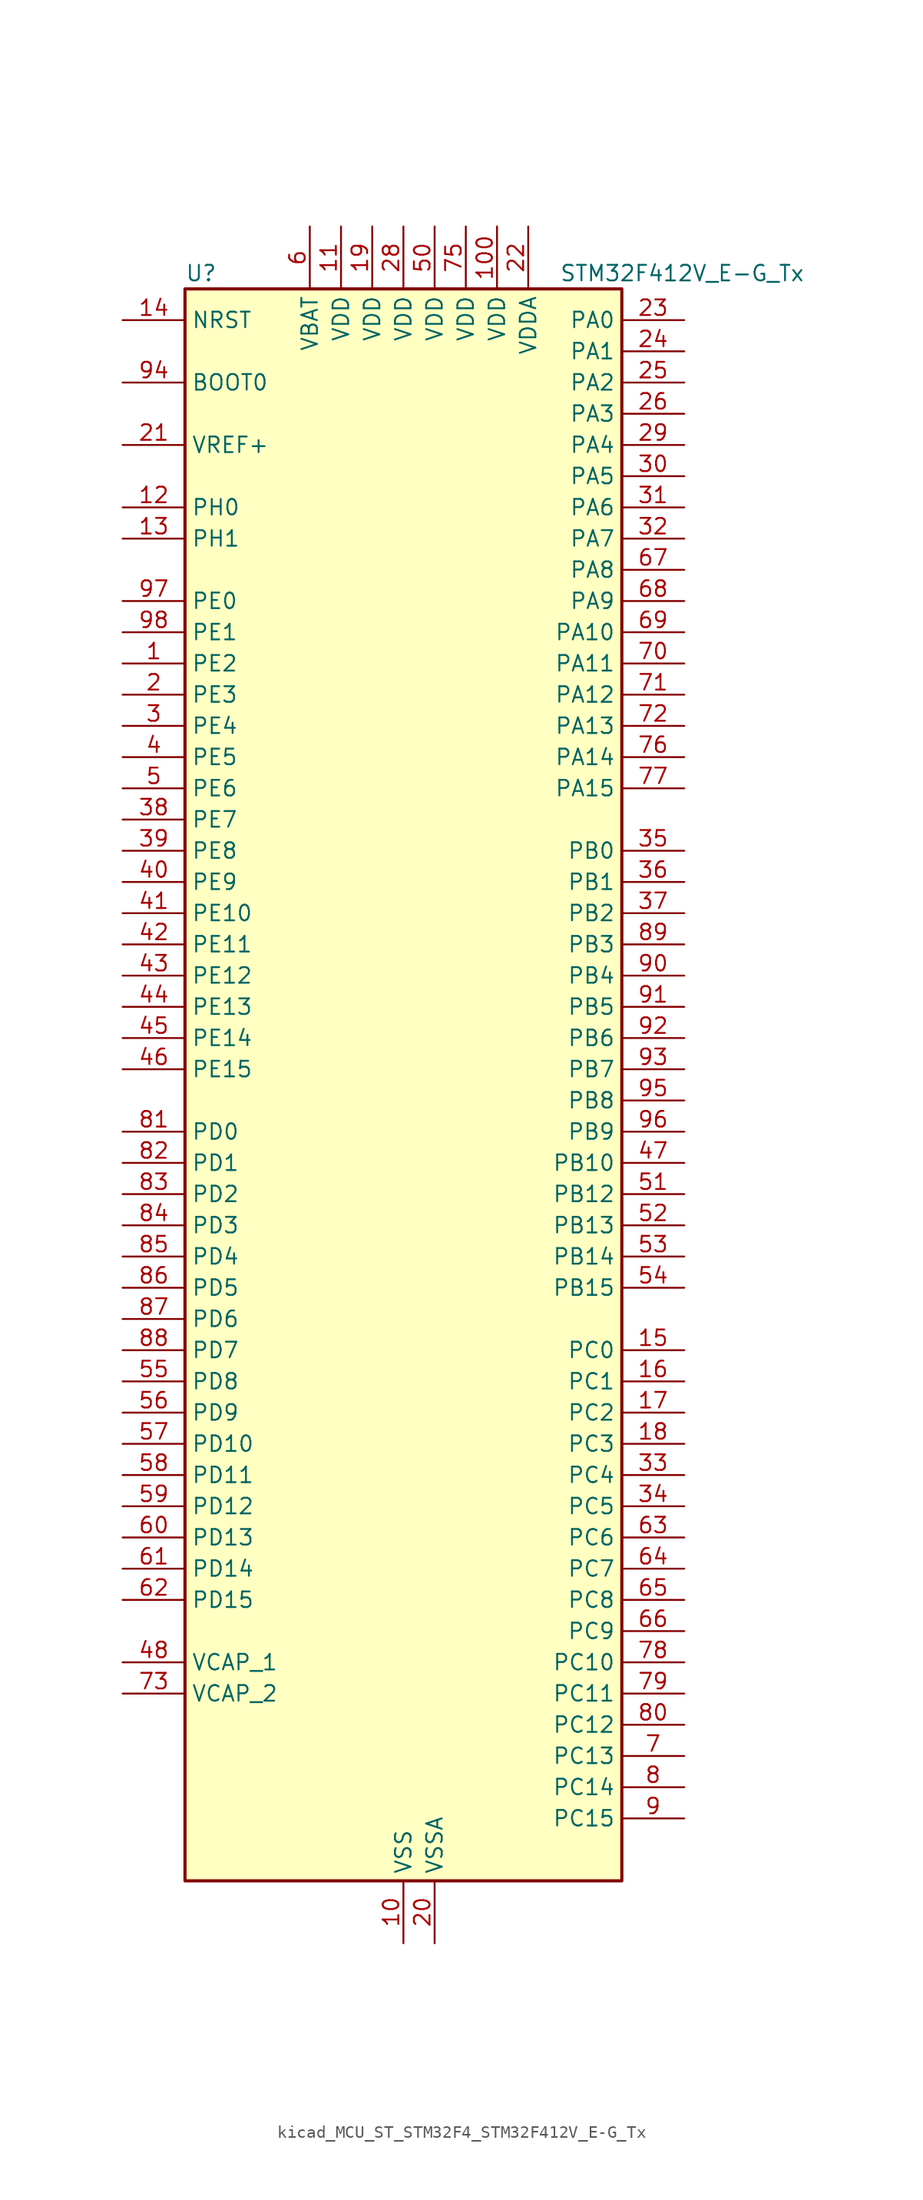
<source format=kicad_sym>
(kicad_symbol_lib
  (version 20220914)
  (generator kicad_symbol_editor)
  (symbol "kicad_MCU_ST_STM32F4_STM32F412V_E-G_Tx"
    (property "Reference" "U"
      (at -17.78 67.31 0)
      (effects (font (size 1.27 1.27)) (justify left)))
    (property "Value" "STM32F412V_E-G_Tx"
      (at 12.7 67.31 0)
      (effects (font (size 1.27 1.27)) (justify left)))
    (property "ki_locked" ""
      (at 0 0 0)
      (effects (font (size 1.27 1.27))))
    (symbol "kicad_MCU_ST_STM32F4_STM32F412V_E-G_Tx_0_1"
      (rectangle (start -17.78 -63.5) (end 17.78 66.04) (stroke (width 0.254) (type default)) (fill (type background))))
    (symbol "kicad_MCU_ST_STM32F4_STM32F412V_E-G_Tx_1_1"
      (pin bidirectional line (at -22.86 35.56 0) (length 5.08) (name "PE2" (effects (font (size 1.27 1.27)))) (number "1" (effects (font (size 1.27 1.27)))) (alternate "FSMC_A23" bidirectional line) (alternate "I2S4_CK" bidirectional line) (alternate "I2S5_CK" bidirectional line) (alternate "QUADSPI_BK1_IO2" bidirectional line) (alternate "SPI4_SCK" bidirectional line) (alternate "SPI5_SCK" bidirectional line) (alternate "SYS_TRACECLK" bidirectional line))
      (pin power_in line (at 0 -68.58 90) (length 5.08) (name "VSS" (effects (font (size 1.27 1.27)))) (number "10" (effects (font (size 1.27 1.27)))))
      (pin power_in line (at 7.62 71.12 270) (length 5.08) (name "VDD" (effects (font (size 1.27 1.27)))) (number "100" (effects (font (size 1.27 1.27)))))
      (pin power_in line (at -5.08 71.12 270) (length 5.08) (name "VDD" (effects (font (size 1.27 1.27)))) (number "11" (effects (font (size 1.27 1.27)))))
      (pin bidirectional line (at -22.86 48.26 0) (length 5.08) (name "PH0" (effects (font (size 1.27 1.27)))) (number "12" (effects (font (size 1.27 1.27)))) (alternate "RCC_OSC_IN" bidirectional line))
      (pin bidirectional line (at -22.86 45.72 0) (length 5.08) (name "PH1" (effects (font (size 1.27 1.27)))) (number "13" (effects (font (size 1.27 1.27)))) (alternate "RCC_OSC_OUT" bidirectional line))
      (pin input line (at -22.86 63.5 0) (length 5.08) (name "NRST" (effects (font (size 1.27 1.27)))) (number "14" (effects (font (size 1.27 1.27)))))
      (pin bidirectional line (at 22.86 -20.32 180) (length 5.08) (name "PC0" (effects (font (size 1.27 1.27)))) (number "15" (effects (font (size 1.27 1.27)))) (alternate "ADC1_IN10" bidirectional line) (alternate "SYS_WKUP2" bidirectional line))
      (pin bidirectional line (at 22.86 -22.86 180) (length 5.08) (name "PC1" (effects (font (size 1.27 1.27)))) (number "16" (effects (font (size 1.27 1.27)))) (alternate "ADC1_IN11" bidirectional line) (alternate "SYS_WKUP3" bidirectional line))
      (pin bidirectional line (at 22.86 -25.4 180) (length 5.08) (name "PC2" (effects (font (size 1.27 1.27)))) (number "17" (effects (font (size 1.27 1.27)))) (alternate "ADC1_IN12" bidirectional line) (alternate "DFSDM1_CKOUT" bidirectional line) (alternate "FSMC_NWE" bidirectional line) (alternate "I2S2_ext_SD" bidirectional line) (alternate "SPI2_MISO" bidirectional line))
      (pin bidirectional line (at 22.86 -27.94 180) (length 5.08) (name "PC3" (effects (font (size 1.27 1.27)))) (number "18" (effects (font (size 1.27 1.27)))) (alternate "ADC1_IN13" bidirectional line) (alternate "FSMC_A0" bidirectional line) (alternate "I2S2_SD" bidirectional line) (alternate "SPI2_MOSI" bidirectional line))
      (pin power_in line (at -2.54 71.12 270) (length 5.08) (name "VDD" (effects (font (size 1.27 1.27)))) (number "19" (effects (font (size 1.27 1.27)))))
      (pin bidirectional line (at -22.86 33.02 0) (length 5.08) (name "PE3" (effects (font (size 1.27 1.27)))) (number "2" (effects (font (size 1.27 1.27)))) (alternate "FSMC_A19" bidirectional line) (alternate "SYS_TRACED0" bidirectional line))
      (pin power_in line (at 2.54 -68.58 90) (length 5.08) (name "VSSA" (effects (font (size 1.27 1.27)))) (number "20" (effects (font (size 1.27 1.27)))))
      (pin input line (at -22.86 53.34 0) (length 5.08) (name "VREF+" (effects (font (size 1.27 1.27)))) (number "21" (effects (font (size 1.27 1.27)))))
      (pin power_in line (at 10.16 71.12 270) (length 5.08) (name "VDDA" (effects (font (size 1.27 1.27)))) (number "22" (effects (font (size 1.27 1.27)))))
      (pin bidirectional line (at 22.86 63.5 180) (length 5.08) (name "PA0" (effects (font (size 1.27 1.27)))) (number "23" (effects (font (size 1.27 1.27)))) (alternate "ADC1_IN0" bidirectional line) (alternate "SYS_WKUP1" bidirectional line) (alternate "TIM2_CH1" bidirectional line) (alternate "TIM2_ETR" bidirectional line) (alternate "TIM5_CH1" bidirectional line) (alternate "TIM8_ETR" bidirectional line) (alternate "USART2_CTS" bidirectional line))
      (pin bidirectional line (at 22.86 60.96 180) (length 5.08) (name "PA1" (effects (font (size 1.27 1.27)))) (number "24" (effects (font (size 1.27 1.27)))) (alternate "ADC1_IN1" bidirectional line) (alternate "I2S4_SD" bidirectional line) (alternate "QUADSPI_BK1_IO3" bidirectional line) (alternate "SPI4_MOSI" bidirectional line) (alternate "TIM2_CH2" bidirectional line) (alternate "TIM5_CH2" bidirectional line) (alternate "USART2_RTS" bidirectional line))
      (pin bidirectional line (at 22.86 58.42 180) (length 5.08) (name "PA2" (effects (font (size 1.27 1.27)))) (number "25" (effects (font (size 1.27 1.27)))) (alternate "ADC1_IN2" bidirectional line) (alternate "FSMC_D4" bidirectional line) (alternate "FSMC_DA4" bidirectional line) (alternate "I2S_CKIN" bidirectional line) (alternate "TIM2_CH3" bidirectional line) (alternate "TIM5_CH3" bidirectional line) (alternate "TIM9_CH1" bidirectional line) (alternate "USART2_TX" bidirectional line))
      (pin bidirectional line (at 22.86 55.88 180) (length 5.08) (name "PA3" (effects (font (size 1.27 1.27)))) (number "26" (effects (font (size 1.27 1.27)))) (alternate "ADC1_IN3" bidirectional line) (alternate "FSMC_D5" bidirectional line) (alternate "FSMC_DA5" bidirectional line) (alternate "I2S2_MCK" bidirectional line) (alternate "TIM2_CH4" bidirectional line) (alternate "TIM5_CH4" bidirectional line) (alternate "TIM9_CH2" bidirectional line) (alternate "USART2_RX" bidirectional line))
      (pin passive line (at 0 -68.58 90) (length 5.08) hide (name "VSS" (effects (font (size 1.27 1.27)))) (number "27" (effects (font (size 1.27 1.27)))))
      (pin power_in line (at 0 71.12 270) (length 5.08) (name "VDD" (effects (font (size 1.27 1.27)))) (number "28" (effects (font (size 1.27 1.27)))))
      (pin bidirectional line (at 22.86 53.34 180) (length 5.08) (name "PA4" (effects (font (size 1.27 1.27)))) (number "29" (effects (font (size 1.27 1.27)))) (alternate "ADC1_IN4" bidirectional line) (alternate "DFSDM1_DATIN1" bidirectional line) (alternate "FSMC_D6" bidirectional line) (alternate "FSMC_DA6" bidirectional line) (alternate "I2S1_WS" bidirectional line) (alternate "I2S3_WS" bidirectional line) (alternate "SPI1_NSS" bidirectional line) (alternate "SPI3_NSS" bidirectional line) (alternate "USART2_CK" bidirectional line))
      (pin bidirectional line (at -22.86 30.48 0) (length 5.08) (name "PE4" (effects (font (size 1.27 1.27)))) (number "3" (effects (font (size 1.27 1.27)))) (alternate "DFSDM1_DATIN3" bidirectional line) (alternate "FSMC_A20" bidirectional line) (alternate "I2S4_WS" bidirectional line) (alternate "I2S5_WS" bidirectional line) (alternate "SPI4_NSS" bidirectional line) (alternate "SPI5_NSS" bidirectional line) (alternate "SYS_TRACED1" bidirectional line))
      (pin bidirectional line (at 22.86 50.8 180) (length 5.08) (name "PA5" (effects (font (size 1.27 1.27)))) (number "30" (effects (font (size 1.27 1.27)))) (alternate "ADC1_IN5" bidirectional line) (alternate "DFSDM1_CKIN1" bidirectional line) (alternate "FSMC_D7" bidirectional line) (alternate "FSMC_DA7" bidirectional line) (alternate "I2S1_CK" bidirectional line) (alternate "SPI1_SCK" bidirectional line) (alternate "TIM2_CH1" bidirectional line) (alternate "TIM2_ETR" bidirectional line) (alternate "TIM8_CH1N" bidirectional line))
      (pin bidirectional line (at 22.86 48.26 180) (length 5.08) (name "PA6" (effects (font (size 1.27 1.27)))) (number "31" (effects (font (size 1.27 1.27)))) (alternate "ADC1_IN6" bidirectional line) (alternate "I2S2_MCK" bidirectional line) (alternate "QUADSPI_BK2_IO0" bidirectional line) (alternate "SDIO_CMD" bidirectional line) (alternate "SPI1_MISO" bidirectional line) (alternate "TIM13_CH1" bidirectional line) (alternate "TIM1_BKIN" bidirectional line) (alternate "TIM3_CH1" bidirectional line) (alternate "TIM8_BKIN" bidirectional line))
      (pin bidirectional line (at 22.86 45.72 180) (length 5.08) (name "PA7" (effects (font (size 1.27 1.27)))) (number "32" (effects (font (size 1.27 1.27)))) (alternate "ADC1_IN7" bidirectional line) (alternate "I2S1_SD" bidirectional line) (alternate "QUADSPI_BK2_IO1" bidirectional line) (alternate "SPI1_MOSI" bidirectional line) (alternate "TIM14_CH1" bidirectional line) (alternate "TIM1_CH1N" bidirectional line) (alternate "TIM3_CH2" bidirectional line) (alternate "TIM8_CH1N" bidirectional line))
      (pin bidirectional line (at 22.86 -30.48 180) (length 5.08) (name "PC4" (effects (font (size 1.27 1.27)))) (number "33" (effects (font (size 1.27 1.27)))) (alternate "ADC1_IN14" bidirectional line) (alternate "FSMC_NE4" bidirectional line) (alternate "I2S1_MCK" bidirectional line) (alternate "QUADSPI_BK2_IO2" bidirectional line))
      (pin bidirectional line (at 22.86 -33.02 180) (length 5.08) (name "PC5" (effects (font (size 1.27 1.27)))) (number "34" (effects (font (size 1.27 1.27)))) (alternate "ADC1_IN15" bidirectional line) (alternate "FMPI2C1_SMBA" bidirectional line) (alternate "FSMC_NOE" bidirectional line) (alternate "QUADSPI_BK2_IO3" bidirectional line) (alternate "USART3_RX" bidirectional line))
      (pin bidirectional line (at 22.86 20.32 180) (length 5.08) (name "PB0" (effects (font (size 1.27 1.27)))) (number "35" (effects (font (size 1.27 1.27)))) (alternate "ADC1_IN8" bidirectional line) (alternate "I2S5_CK" bidirectional line) (alternate "SPI5_SCK" bidirectional line) (alternate "TIM1_CH2N" bidirectional line) (alternate "TIM3_CH3" bidirectional line) (alternate "TIM8_CH2N" bidirectional line))
      (pin bidirectional line (at 22.86 17.78 180) (length 5.08) (name "PB1" (effects (font (size 1.27 1.27)))) (number "36" (effects (font (size 1.27 1.27)))) (alternate "ADC1_IN9" bidirectional line) (alternate "DFSDM1_DATIN0" bidirectional line) (alternate "I2S5_WS" bidirectional line) (alternate "QUADSPI_CLK" bidirectional line) (alternate "SPI5_NSS" bidirectional line) (alternate "TIM1_CH3N" bidirectional line) (alternate "TIM3_CH4" bidirectional line) (alternate "TIM8_CH3N" bidirectional line))
      (pin bidirectional line (at 22.86 15.24 180) (length 5.08) (name "PB2" (effects (font (size 1.27 1.27)))) (number "37" (effects (font (size 1.27 1.27)))) (alternate "DFSDM1_CKIN0" bidirectional line) (alternate "QUADSPI_CLK" bidirectional line))
      (pin bidirectional line (at -22.86 22.86 0) (length 5.08) (name "PE7" (effects (font (size 1.27 1.27)))) (number "38" (effects (font (size 1.27 1.27)))) (alternate "DFSDM1_DATIN2" bidirectional line) (alternate "FSMC_D4" bidirectional line) (alternate "FSMC_DA4" bidirectional line) (alternate "QUADSPI_BK2_IO0" bidirectional line) (alternate "TIM1_ETR" bidirectional line))
      (pin bidirectional line (at -22.86 20.32 0) (length 5.08) (name "PE8" (effects (font (size 1.27 1.27)))) (number "39" (effects (font (size 1.27 1.27)))) (alternate "DFSDM1_CKIN2" bidirectional line) (alternate "FSMC_D5" bidirectional line) (alternate "FSMC_DA5" bidirectional line) (alternate "QUADSPI_BK2_IO1" bidirectional line) (alternate "TIM1_CH1N" bidirectional line))
      (pin bidirectional line (at -22.86 27.94 0) (length 5.08) (name "PE5" (effects (font (size 1.27 1.27)))) (number "4" (effects (font (size 1.27 1.27)))) (alternate "DFSDM1_CKIN3" bidirectional line) (alternate "FSMC_A21" bidirectional line) (alternate "SPI4_MISO" bidirectional line) (alternate "SPI5_MISO" bidirectional line) (alternate "SYS_TRACED2" bidirectional line) (alternate "TIM9_CH1" bidirectional line))
      (pin bidirectional line (at -22.86 17.78 0) (length 5.08) (name "PE9" (effects (font (size 1.27 1.27)))) (number "40" (effects (font (size 1.27 1.27)))) (alternate "DFSDM1_CKOUT" bidirectional line) (alternate "FSMC_D6" bidirectional line) (alternate "FSMC_DA6" bidirectional line) (alternate "QUADSPI_BK2_IO2" bidirectional line) (alternate "TIM1_CH1" bidirectional line))
      (pin bidirectional line (at -22.86 15.24 0) (length 5.08) (name "PE10" (effects (font (size 1.27 1.27)))) (number "41" (effects (font (size 1.27 1.27)))) (alternate "FSMC_D7" bidirectional line) (alternate "FSMC_DA7" bidirectional line) (alternate "QUADSPI_BK2_IO3" bidirectional line) (alternate "TIM1_CH2N" bidirectional line))
      (pin bidirectional line (at -22.86 12.7 0) (length 5.08) (name "PE11" (effects (font (size 1.27 1.27)))) (number "42" (effects (font (size 1.27 1.27)))) (alternate "ADC1_EXTI11" bidirectional line) (alternate "FSMC_D8" bidirectional line) (alternate "FSMC_DA8" bidirectional line) (alternate "I2S4_WS" bidirectional line) (alternate "I2S5_WS" bidirectional line) (alternate "SPI4_NSS" bidirectional line) (alternate "SPI5_NSS" bidirectional line) (alternate "TIM1_CH2" bidirectional line))
      (pin bidirectional line (at -22.86 10.16 0) (length 5.08) (name "PE12" (effects (font (size 1.27 1.27)))) (number "43" (effects (font (size 1.27 1.27)))) (alternate "FSMC_D9" bidirectional line) (alternate "FSMC_DA9" bidirectional line) (alternate "I2S4_CK" bidirectional line) (alternate "I2S5_CK" bidirectional line) (alternate "SPI4_SCK" bidirectional line) (alternate "SPI5_SCK" bidirectional line) (alternate "TIM1_CH3N" bidirectional line))
      (pin bidirectional line (at -22.86 7.62 0) (length 5.08) (name "PE13" (effects (font (size 1.27 1.27)))) (number "44" (effects (font (size 1.27 1.27)))) (alternate "FSMC_D10" bidirectional line) (alternate "FSMC_DA10" bidirectional line) (alternate "SPI4_MISO" bidirectional line) (alternate "SPI5_MISO" bidirectional line) (alternate "TIM1_CH3" bidirectional line))
      (pin bidirectional line (at -22.86 5.08 0) (length 5.08) (name "PE14" (effects (font (size 1.27 1.27)))) (number "45" (effects (font (size 1.27 1.27)))) (alternate "FSMC_D11" bidirectional line) (alternate "FSMC_DA11" bidirectional line) (alternate "I2S4_SD" bidirectional line) (alternate "I2S5_SD" bidirectional line) (alternate "SPI4_MOSI" bidirectional line) (alternate "SPI5_MOSI" bidirectional line) (alternate "TIM1_CH4" bidirectional line))
      (pin bidirectional line (at -22.86 2.54 0) (length 5.08) (name "PE15" (effects (font (size 1.27 1.27)))) (number "46" (effects (font (size 1.27 1.27)))) (alternate "ADC1_EXTI15" bidirectional line) (alternate "FSMC_D12" bidirectional line) (alternate "FSMC_DA12" bidirectional line) (alternate "TIM1_BKIN" bidirectional line))
      (pin bidirectional line (at 22.86 -5.08 180) (length 5.08) (name "PB10" (effects (font (size 1.27 1.27)))) (number "47" (effects (font (size 1.27 1.27)))) (alternate "FMPI2C1_SCL" bidirectional line) (alternate "I2C2_SCL" bidirectional line) (alternate "I2S2_CK" bidirectional line) (alternate "I2S3_MCK" bidirectional line) (alternate "SDIO_D7" bidirectional line) (alternate "SPI2_SCK" bidirectional line) (alternate "TIM2_CH3" bidirectional line) (alternate "USART3_TX" bidirectional line))
      (pin power_out line (at -22.86 -45.72 0) (length 5.08) (name "VCAP_1" (effects (font (size 1.27 1.27)))) (number "48" (effects (font (size 1.27 1.27)))))
      (pin passive line (at 0 -68.58 90) (length 5.08) hide (name "VSS" (effects (font (size 1.27 1.27)))) (number "49" (effects (font (size 1.27 1.27)))))
      (pin bidirectional line (at -22.86 25.4 0) (length 5.08) (name "PE6" (effects (font (size 1.27 1.27)))) (number "5" (effects (font (size 1.27 1.27)))) (alternate "FSMC_A22" bidirectional line) (alternate "I2S4_SD" bidirectional line) (alternate "I2S5_SD" bidirectional line) (alternate "SPI4_MOSI" bidirectional line) (alternate "SPI5_MOSI" bidirectional line) (alternate "SYS_TRACED3" bidirectional line) (alternate "TIM9_CH2" bidirectional line))
      (pin power_in line (at 2.54 71.12 270) (length 5.08) (name "VDD" (effects (font (size 1.27 1.27)))) (number "50" (effects (font (size 1.27 1.27)))))
      (pin bidirectional line (at 22.86 -7.62 180) (length 5.08) (name "PB12" (effects (font (size 1.27 1.27)))) (number "51" (effects (font (size 1.27 1.27)))) (alternate "CAN2_RX" bidirectional line) (alternate "DFSDM1_DATIN1" bidirectional line) (alternate "FSMC_D13" bidirectional line) (alternate "FSMC_DA13" bidirectional line) (alternate "I2C2_SMBA" bidirectional line) (alternate "I2S2_WS" bidirectional line) (alternate "I2S3_CK" bidirectional line) (alternate "I2S4_WS" bidirectional line) (alternate "SPI2_NSS" bidirectional line) (alternate "SPI3_SCK" bidirectional line) (alternate "SPI4_NSS" bidirectional line) (alternate "TIM1_BKIN" bidirectional line) (alternate "USART3_CK" bidirectional line))
      (pin bidirectional line (at 22.86 -10.16 180) (length 5.08) (name "PB13" (effects (font (size 1.27 1.27)))) (number "52" (effects (font (size 1.27 1.27)))) (alternate "CAN2_TX" bidirectional line) (alternate "DFSDM1_CKIN1" bidirectional line) (alternate "FMPI2C1_SMBA" bidirectional line) (alternate "I2S2_CK" bidirectional line) (alternate "I2S4_CK" bidirectional line) (alternate "SPI2_SCK" bidirectional line) (alternate "SPI4_SCK" bidirectional line) (alternate "TIM1_CH1N" bidirectional line) (alternate "USART3_CTS" bidirectional line))
      (pin bidirectional line (at 22.86 -12.7 180) (length 5.08) (name "PB14" (effects (font (size 1.27 1.27)))) (number "53" (effects (font (size 1.27 1.27)))) (alternate "DFSDM1_DATIN2" bidirectional line) (alternate "FMPI2C1_SDA" bidirectional line) (alternate "FSMC_D0" bidirectional line) (alternate "FSMC_DA0" bidirectional line) (alternate "I2S2_ext_SD" bidirectional line) (alternate "SDIO_D6" bidirectional line) (alternate "SPI2_MISO" bidirectional line) (alternate "TIM12_CH1" bidirectional line) (alternate "TIM1_CH2N" bidirectional line) (alternate "TIM8_CH2N" bidirectional line) (alternate "USART3_RTS" bidirectional line))
      (pin bidirectional line (at 22.86 -15.24 180) (length 5.08) (name "PB15" (effects (font (size 1.27 1.27)))) (number "54" (effects (font (size 1.27 1.27)))) (alternate "ADC1_EXTI15" bidirectional line) (alternate "DFSDM1_CKIN2" bidirectional line) (alternate "FMPI2C1_SCL" bidirectional line) (alternate "I2S2_SD" bidirectional line) (alternate "RTC_REFIN" bidirectional line) (alternate "SDIO_CK" bidirectional line) (alternate "SPI2_MOSI" bidirectional line) (alternate "TIM12_CH2" bidirectional line) (alternate "TIM1_CH3N" bidirectional line) (alternate "TIM8_CH3N" bidirectional line))
      (pin bidirectional line (at -22.86 -22.86 0) (length 5.08) (name "PD8" (effects (font (size 1.27 1.27)))) (number "55" (effects (font (size 1.27 1.27)))) (alternate "FSMC_D13" bidirectional line) (alternate "FSMC_DA13" bidirectional line) (alternate "USART3_TX" bidirectional line))
      (pin bidirectional line (at -22.86 -25.4 0) (length 5.08) (name "PD9" (effects (font (size 1.27 1.27)))) (number "56" (effects (font (size 1.27 1.27)))) (alternate "FSMC_D14" bidirectional line) (alternate "FSMC_DA14" bidirectional line) (alternate "USART3_RX" bidirectional line))
      (pin bidirectional line (at -22.86 -27.94 0) (length 5.08) (name "PD10" (effects (font (size 1.27 1.27)))) (number "57" (effects (font (size 1.27 1.27)))) (alternate "FSMC_D15" bidirectional line) (alternate "FSMC_DA15" bidirectional line) (alternate "USART3_CK" bidirectional line))
      (pin bidirectional line (at -22.86 -30.48 0) (length 5.08) (name "PD11" (effects (font (size 1.27 1.27)))) (number "58" (effects (font (size 1.27 1.27)))) (alternate "ADC1_EXTI11" bidirectional line) (alternate "FMPI2C1_SMBA" bidirectional line) (alternate "FSMC_A16" bidirectional line) (alternate "QUADSPI_BK1_IO0" bidirectional line) (alternate "USART3_CTS" bidirectional line))
      (pin bidirectional line (at -22.86 -33.02 0) (length 5.08) (name "PD12" (effects (font (size 1.27 1.27)))) (number "59" (effects (font (size 1.27 1.27)))) (alternate "FMPI2C1_SCL" bidirectional line) (alternate "FSMC_A17" bidirectional line) (alternate "QUADSPI_BK1_IO1" bidirectional line) (alternate "TIM4_CH1" bidirectional line) (alternate "USART3_RTS" bidirectional line))
      (pin power_in line (at -7.62 71.12 270) (length 5.08) (name "VBAT" (effects (font (size 1.27 1.27)))) (number "6" (effects (font (size 1.27 1.27)))))
      (pin bidirectional line (at -22.86 -35.56 0) (length 5.08) (name "PD13" (effects (font (size 1.27 1.27)))) (number "60" (effects (font (size 1.27 1.27)))) (alternate "FMPI2C1_SDA" bidirectional line) (alternate "FSMC_A18" bidirectional line) (alternate "QUADSPI_BK1_IO3" bidirectional line) (alternate "TIM4_CH2" bidirectional line))
      (pin bidirectional line (at -22.86 -38.1 0) (length 5.08) (name "PD14" (effects (font (size 1.27 1.27)))) (number "61" (effects (font (size 1.27 1.27)))) (alternate "FMPI2C1_SCL" bidirectional line) (alternate "FSMC_D0" bidirectional line) (alternate "FSMC_DA0" bidirectional line) (alternate "TIM4_CH3" bidirectional line))
      (pin bidirectional line (at -22.86 -40.64 0) (length 5.08) (name "PD15" (effects (font (size 1.27 1.27)))) (number "62" (effects (font (size 1.27 1.27)))) (alternate "ADC1_EXTI15" bidirectional line) (alternate "FMPI2C1_SDA" bidirectional line) (alternate "FSMC_D1" bidirectional line) (alternate "FSMC_DA1" bidirectional line) (alternate "TIM4_CH4" bidirectional line))
      (pin bidirectional line (at 22.86 -35.56 180) (length 5.08) (name "PC6" (effects (font (size 1.27 1.27)))) (number "63" (effects (font (size 1.27 1.27)))) (alternate "DFSDM1_CKIN3" bidirectional line) (alternate "FMPI2C1_SCL" bidirectional line) (alternate "FSMC_D1" bidirectional line) (alternate "FSMC_DA1" bidirectional line) (alternate "I2S2_MCK" bidirectional line) (alternate "SDIO_D6" bidirectional line) (alternate "TIM3_CH1" bidirectional line) (alternate "TIM8_CH1" bidirectional line) (alternate "USART6_TX" bidirectional line))
      (pin bidirectional line (at 22.86 -38.1 180) (length 5.08) (name "PC7" (effects (font (size 1.27 1.27)))) (number "64" (effects (font (size 1.27 1.27)))) (alternate "DFSDM1_DATIN3" bidirectional line) (alternate "FMPI2C1_SDA" bidirectional line) (alternate "I2S2_CK" bidirectional line) (alternate "I2S3_MCK" bidirectional line) (alternate "SDIO_D7" bidirectional line) (alternate "SPI2_SCK" bidirectional line) (alternate "TIM3_CH2" bidirectional line) (alternate "TIM8_CH2" bidirectional line) (alternate "USART6_RX" bidirectional line))
      (pin bidirectional line (at 22.86 -40.64 180) (length 5.08) (name "PC8" (effects (font (size 1.27 1.27)))) (number "65" (effects (font (size 1.27 1.27)))) (alternate "QUADSPI_BK1_IO2" bidirectional line) (alternate "SDIO_D0" bidirectional line) (alternate "TIM3_CH3" bidirectional line) (alternate "TIM8_CH3" bidirectional line) (alternate "USART6_CK" bidirectional line))
      (pin bidirectional line (at 22.86 -43.18 180) (length 5.08) (name "PC9" (effects (font (size 1.27 1.27)))) (number "66" (effects (font (size 1.27 1.27)))) (alternate "I2C3_SDA" bidirectional line) (alternate "I2S_CKIN" bidirectional line) (alternate "QUADSPI_BK1_IO0" bidirectional line) (alternate "RCC_MCO_2" bidirectional line) (alternate "SDIO_D1" bidirectional line) (alternate "TIM3_CH4" bidirectional line) (alternate "TIM8_CH4" bidirectional line))
      (pin bidirectional line (at 22.86 43.18 180) (length 5.08) (name "PA8" (effects (font (size 1.27 1.27)))) (number "67" (effects (font (size 1.27 1.27)))) (alternate "I2C3_SCL" bidirectional line) (alternate "RCC_MCO_1" bidirectional line) (alternate "SDIO_D1" bidirectional line) (alternate "TIM1_CH1" bidirectional line) (alternate "USART1_CK" bidirectional line) (alternate "USB_OTG_FS_SOF" bidirectional line))
      (pin bidirectional line (at 22.86 40.64 180) (length 5.08) (name "PA9" (effects (font (size 1.27 1.27)))) (number "68" (effects (font (size 1.27 1.27)))) (alternate "I2C3_SMBA" bidirectional line) (alternate "SDIO_D2" bidirectional line) (alternate "TIM1_CH2" bidirectional line) (alternate "USART1_TX" bidirectional line) (alternate "USB_OTG_FS_VBUS" bidirectional line))
      (pin bidirectional line (at 22.86 38.1 180) (length 5.08) (name "PA10" (effects (font (size 1.27 1.27)))) (number "69" (effects (font (size 1.27 1.27)))) (alternate "I2S5_SD" bidirectional line) (alternate "SPI5_MOSI" bidirectional line) (alternate "TIM1_CH3" bidirectional line) (alternate "USART1_RX" bidirectional line) (alternate "USB_OTG_FS_ID" bidirectional line))
      (pin bidirectional line (at 22.86 -53.34 180) (length 5.08) (name "PC13" (effects (font (size 1.27 1.27)))) (number "7" (effects (font (size 1.27 1.27)))) (alternate "RTC_AF1" bidirectional line))
      (pin bidirectional line (at 22.86 35.56 180) (length 5.08) (name "PA11" (effects (font (size 1.27 1.27)))) (number "70" (effects (font (size 1.27 1.27)))) (alternate "ADC1_EXTI11" bidirectional line) (alternate "CAN1_RX" bidirectional line) (alternate "SPI4_MISO" bidirectional line) (alternate "TIM1_CH4" bidirectional line) (alternate "USART1_CTS" bidirectional line) (alternate "USART6_TX" bidirectional line) (alternate "USB_OTG_FS_DM" bidirectional line))
      (pin bidirectional line (at 22.86 33.02 180) (length 5.08) (name "PA12" (effects (font (size 1.27 1.27)))) (number "71" (effects (font (size 1.27 1.27)))) (alternate "CAN1_TX" bidirectional line) (alternate "SPI5_MISO" bidirectional line) (alternate "TIM1_ETR" bidirectional line) (alternate "USART1_RTS" bidirectional line) (alternate "USART6_RX" bidirectional line) (alternate "USB_OTG_FS_DP" bidirectional line))
      (pin bidirectional line (at 22.86 30.48 180) (length 5.08) (name "PA13" (effects (font (size 1.27 1.27)))) (number "72" (effects (font (size 1.27 1.27)))) (alternate "SYS_JTMS-SWDIO" bidirectional line))
      (pin power_out line (at -22.86 -48.26 0) (length 5.08) (name "VCAP_2" (effects (font (size 1.27 1.27)))) (number "73" (effects (font (size 1.27 1.27)))))
      (pin passive line (at 0 -68.58 90) (length 5.08) hide (name "VSS" (effects (font (size 1.27 1.27)))) (number "74" (effects (font (size 1.27 1.27)))))
      (pin power_in line (at 5.08 71.12 270) (length 5.08) (name "VDD" (effects (font (size 1.27 1.27)))) (number "75" (effects (font (size 1.27 1.27)))))
      (pin bidirectional line (at 22.86 27.94 180) (length 5.08) (name "PA14" (effects (font (size 1.27 1.27)))) (number "76" (effects (font (size 1.27 1.27)))) (alternate "SYS_JTCK-SWCLK" bidirectional line))
      (pin bidirectional line (at 22.86 25.4 180) (length 5.08) (name "PA15" (effects (font (size 1.27 1.27)))) (number "77" (effects (font (size 1.27 1.27)))) (alternate "ADC1_EXTI15" bidirectional line) (alternate "I2S1_WS" bidirectional line) (alternate "I2S3_WS" bidirectional line) (alternate "SPI1_NSS" bidirectional line) (alternate "SPI3_NSS" bidirectional line) (alternate "SYS_JTDI" bidirectional line) (alternate "TIM2_CH1" bidirectional line) (alternate "TIM2_ETR" bidirectional line) (alternate "USART1_TX" bidirectional line))
      (pin bidirectional line (at 22.86 -45.72 180) (length 5.08) (name "PC10" (effects (font (size 1.27 1.27)))) (number "78" (effects (font (size 1.27 1.27)))) (alternate "I2S3_CK" bidirectional line) (alternate "QUADSPI_BK1_IO1" bidirectional line) (alternate "SDIO_D2" bidirectional line) (alternate "SPI3_SCK" bidirectional line) (alternate "USART3_TX" bidirectional line))
      (pin bidirectional line (at 22.86 -48.26 180) (length 5.08) (name "PC11" (effects (font (size 1.27 1.27)))) (number "79" (effects (font (size 1.27 1.27)))) (alternate "ADC1_EXTI11" bidirectional line) (alternate "FSMC_D2" bidirectional line) (alternate "FSMC_DA2" bidirectional line) (alternate "I2S3_ext_SD" bidirectional line) (alternate "QUADSPI_BK2_NCS" bidirectional line) (alternate "SDIO_D3" bidirectional line) (alternate "SPI3_MISO" bidirectional line) (alternate "USART3_RX" bidirectional line))
      (pin bidirectional line (at 22.86 -55.88 180) (length 5.08) (name "PC14" (effects (font (size 1.27 1.27)))) (number "8" (effects (font (size 1.27 1.27)))) (alternate "RCC_OSC32_IN" bidirectional line))
      (pin bidirectional line (at 22.86 -50.8 180) (length 5.08) (name "PC12" (effects (font (size 1.27 1.27)))) (number "80" (effects (font (size 1.27 1.27)))) (alternate "FSMC_D3" bidirectional line) (alternate "FSMC_DA3" bidirectional line) (alternate "I2S3_SD" bidirectional line) (alternate "SDIO_CK" bidirectional line) (alternate "SPI3_MOSI" bidirectional line) (alternate "USART3_CK" bidirectional line))
      (pin bidirectional line (at -22.86 -2.54 0) (length 5.08) (name "PD0" (effects (font (size 1.27 1.27)))) (number "81" (effects (font (size 1.27 1.27)))) (alternate "CAN1_RX" bidirectional line) (alternate "FSMC_D2" bidirectional line) (alternate "FSMC_DA2" bidirectional line))
      (pin bidirectional line (at -22.86 -5.08 0) (length 5.08) (name "PD1" (effects (font (size 1.27 1.27)))) (number "82" (effects (font (size 1.27 1.27)))) (alternate "CAN1_TX" bidirectional line) (alternate "FSMC_D3" bidirectional line) (alternate "FSMC_DA3" bidirectional line))
      (pin bidirectional line (at -22.86 -7.62 0) (length 5.08) (name "PD2" (effects (font (size 1.27 1.27)))) (number "83" (effects (font (size 1.27 1.27)))) (alternate "FSMC_NWE" bidirectional line) (alternate "SDIO_CMD" bidirectional line) (alternate "TIM3_ETR" bidirectional line))
      (pin bidirectional line (at -22.86 -10.16 0) (length 5.08) (name "PD3" (effects (font (size 1.27 1.27)))) (number "84" (effects (font (size 1.27 1.27)))) (alternate "DFSDM1_DATIN0" bidirectional line) (alternate "FSMC_CLK" bidirectional line) (alternate "I2S2_CK" bidirectional line) (alternate "QUADSPI_CLK" bidirectional line) (alternate "SPI2_SCK" bidirectional line) (alternate "SYS_TRACED1" bidirectional line) (alternate "USART2_CTS" bidirectional line))
      (pin bidirectional line (at -22.86 -12.7 0) (length 5.08) (name "PD4" (effects (font (size 1.27 1.27)))) (number "85" (effects (font (size 1.27 1.27)))) (alternate "DFSDM1_CKIN0" bidirectional line) (alternate "FSMC_NOE" bidirectional line) (alternate "USART2_RTS" bidirectional line))
      (pin bidirectional line (at -22.86 -15.24 0) (length 5.08) (name "PD5" (effects (font (size 1.27 1.27)))) (number "86" (effects (font (size 1.27 1.27)))) (alternate "FSMC_NWE" bidirectional line) (alternate "USART2_TX" bidirectional line))
      (pin bidirectional line (at -22.86 -17.78 0) (length 5.08) (name "PD6" (effects (font (size 1.27 1.27)))) (number "87" (effects (font (size 1.27 1.27)))) (alternate "DFSDM1_DATIN1" bidirectional line) (alternate "FSMC_NWAIT" bidirectional line) (alternate "I2S3_SD" bidirectional line) (alternate "SPI3_MOSI" bidirectional line) (alternate "USART2_RX" bidirectional line))
      (pin bidirectional line (at -22.86 -20.32 0) (length 5.08) (name "PD7" (effects (font (size 1.27 1.27)))) (number "88" (effects (font (size 1.27 1.27)))) (alternate "DFSDM1_CKIN1" bidirectional line) (alternate "FSMC_NE1" bidirectional line) (alternate "USART2_CK" bidirectional line))
      (pin bidirectional line (at 22.86 12.7 180) (length 5.08) (name "PB3" (effects (font (size 1.27 1.27)))) (number "89" (effects (font (size 1.27 1.27)))) (alternate "FMPI2C1_SDA" bidirectional line) (alternate "I2C2_SDA" bidirectional line) (alternate "I2S1_CK" bidirectional line) (alternate "I2S3_CK" bidirectional line) (alternate "SPI1_SCK" bidirectional line) (alternate "SPI3_SCK" bidirectional line) (alternate "SYS_JTDO-SWO" bidirectional line) (alternate "TIM2_CH2" bidirectional line) (alternate "USART1_RX" bidirectional line))
      (pin bidirectional line (at 22.86 -58.42 180) (length 5.08) (name "PC15" (effects (font (size 1.27 1.27)))) (number "9" (effects (font (size 1.27 1.27)))) (alternate "ADC1_EXTI15" bidirectional line) (alternate "RCC_OSC32_OUT" bidirectional line))
      (pin bidirectional line (at 22.86 10.16 180) (length 5.08) (name "PB4" (effects (font (size 1.27 1.27)))) (number "90" (effects (font (size 1.27 1.27)))) (alternate "I2C3_SDA" bidirectional line) (alternate "I2S3_ext_SD" bidirectional line) (alternate "SDIO_D0" bidirectional line) (alternate "SPI1_MISO" bidirectional line) (alternate "SPI3_MISO" bidirectional line) (alternate "SYS_JTRST" bidirectional line) (alternate "TIM3_CH1" bidirectional line))
      (pin bidirectional line (at 22.86 7.62 180) (length 5.08) (name "PB5" (effects (font (size 1.27 1.27)))) (number "91" (effects (font (size 1.27 1.27)))) (alternate "CAN2_RX" bidirectional line) (alternate "I2C1_SMBA" bidirectional line) (alternate "I2S1_SD" bidirectional line) (alternate "I2S3_SD" bidirectional line) (alternate "SDIO_D3" bidirectional line) (alternate "SPI1_MOSI" bidirectional line) (alternate "SPI3_MOSI" bidirectional line) (alternate "TIM3_CH2" bidirectional line))
      (pin bidirectional line (at 22.86 5.08 180) (length 5.08) (name "PB6" (effects (font (size 1.27 1.27)))) (number "92" (effects (font (size 1.27 1.27)))) (alternate "CAN2_TX" bidirectional line) (alternate "I2C1_SCL" bidirectional line) (alternate "QUADSPI_BK1_NCS" bidirectional line) (alternate "SDIO_D0" bidirectional line) (alternate "TIM4_CH1" bidirectional line) (alternate "USART1_TX" bidirectional line))
      (pin bidirectional line (at 22.86 2.54 180) (length 5.08) (name "PB7" (effects (font (size 1.27 1.27)))) (number "93" (effects (font (size 1.27 1.27)))) (alternate "FSMC_NL" bidirectional line) (alternate "I2C1_SDA" bidirectional line) (alternate "TIM4_CH2" bidirectional line) (alternate "USART1_RX" bidirectional line))
      (pin input line (at -22.86 58.42 0) (length 5.08) (name "BOOT0" (effects (font (size 1.27 1.27)))) (number "94" (effects (font (size 1.27 1.27)))))
      (pin bidirectional line (at 22.86 0 180) (length 5.08) (name "PB8" (effects (font (size 1.27 1.27)))) (number "95" (effects (font (size 1.27 1.27)))) (alternate "CAN1_RX" bidirectional line) (alternate "I2C1_SCL" bidirectional line) (alternate "I2C3_SDA" bidirectional line) (alternate "I2S5_SD" bidirectional line) (alternate "SDIO_D4" bidirectional line) (alternate "SPI5_MOSI" bidirectional line) (alternate "TIM10_CH1" bidirectional line) (alternate "TIM4_CH3" bidirectional line))
      (pin bidirectional line (at 22.86 -2.54 180) (length 5.08) (name "PB9" (effects (font (size 1.27 1.27)))) (number "96" (effects (font (size 1.27 1.27)))) (alternate "CAN1_TX" bidirectional line) (alternate "I2C1_SDA" bidirectional line) (alternate "I2C2_SDA" bidirectional line) (alternate "I2S2_WS" bidirectional line) (alternate "SDIO_D5" bidirectional line) (alternate "SPI2_NSS" bidirectional line) (alternate "TIM11_CH1" bidirectional line) (alternate "TIM4_CH4" bidirectional line))
      (pin bidirectional line (at -22.86 40.64 0) (length 5.08) (name "PE0" (effects (font (size 1.27 1.27)))) (number "97" (effects (font (size 1.27 1.27)))) (alternate "FSMC_NBL0" bidirectional line) (alternate "TIM4_ETR" bidirectional line))
      (pin bidirectional line (at -22.86 38.1 0) (length 5.08) (name "PE1" (effects (font (size 1.27 1.27)))) (number "98" (effects (font (size 1.27 1.27)))) (alternate "FSMC_NBL1" bidirectional line))
      (pin passive line (at 0 -68.58 90) (length 5.08) hide (name "VSS" (effects (font (size 1.27 1.27)))) (number "99" (effects (font (size 1.27 1.27))))))))
</source>
